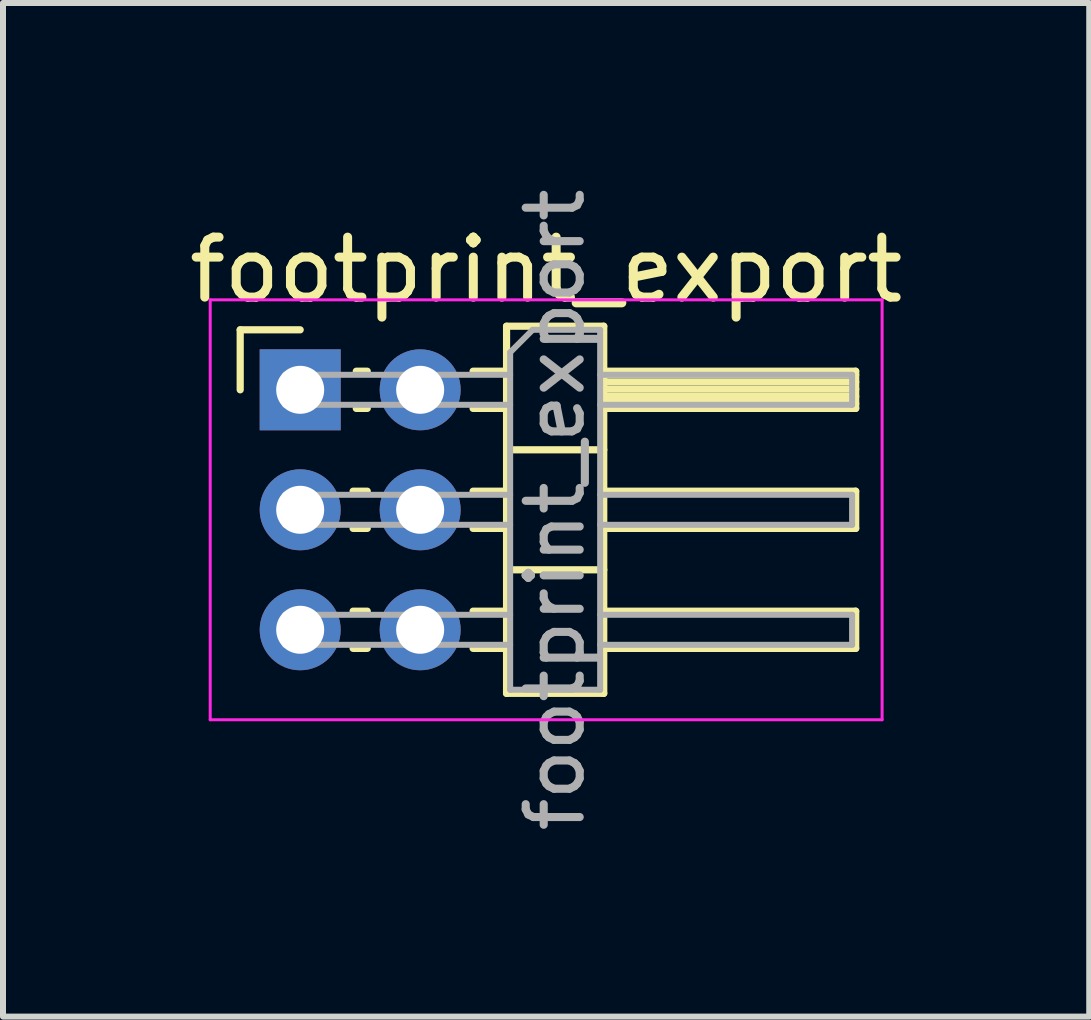
<source format=kicad_pcb>
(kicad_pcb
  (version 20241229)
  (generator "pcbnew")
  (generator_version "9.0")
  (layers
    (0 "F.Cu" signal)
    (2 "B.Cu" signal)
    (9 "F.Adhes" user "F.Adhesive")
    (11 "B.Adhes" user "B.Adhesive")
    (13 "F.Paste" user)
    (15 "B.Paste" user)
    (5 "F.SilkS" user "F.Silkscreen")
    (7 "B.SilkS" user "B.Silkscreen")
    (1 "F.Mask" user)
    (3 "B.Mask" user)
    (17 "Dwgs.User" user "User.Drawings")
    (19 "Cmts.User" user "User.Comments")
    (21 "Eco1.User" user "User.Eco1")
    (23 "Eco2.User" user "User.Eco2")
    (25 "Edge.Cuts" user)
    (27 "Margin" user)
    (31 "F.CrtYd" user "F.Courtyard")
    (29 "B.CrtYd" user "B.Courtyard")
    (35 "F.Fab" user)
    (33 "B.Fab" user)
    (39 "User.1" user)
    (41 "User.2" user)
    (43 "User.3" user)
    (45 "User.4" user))
  (footprint "footprint_export"
    (layer "F.Cu")
    (at 1.954 3.448)
    (property "Reference" "footprint_export" (at 4.1 -2 0) (layer "F.SilkS") (effects (font (size 1 1) (thickness 0.15))))
    (attr through_hole)
    (fp_line (start -1 -1) (end 0 -1) (stroke (width 0.12) (type solid)) (layer "F.SilkS"))
    (fp_line (start -1 0) (end -1 -1) (stroke (width 0.12) (type solid)) (layer "F.SilkS"))
    (fp_line (start 0.882 1.69) (end 1.118 1.69) (stroke (width 0.12) (type solid)) (layer "F.SilkS"))
    (fp_line (start 0.882 2.31) (end 1.118 2.31) (stroke (width 0.12) (type solid)) (layer "F.SilkS"))
    (fp_line (start 0.882 3.69) (end 1.118 3.69) (stroke (width 0.12) (type solid)) (layer "F.SilkS"))
    (fp_line (start 0.882 4.31) (end 1.118 4.31) (stroke (width 0.12) (type solid)) (layer "F.SilkS"))
    (fp_line (start 0.935 -0.31) (end 1.118 -0.31) (stroke (width 0.12) (type solid)) (layer "F.SilkS"))
    (fp_line (start 0.935 0.31) (end 1.118 0.31) (stroke (width 0.12) (type solid)) (layer "F.SilkS"))
    (fp_line (start 2.882 -0.31) (end 3.44 -0.31) (stroke (width 0.12) (type solid)) (layer "F.SilkS"))
    (fp_line (start 2.882 0.31) (end 3.44 0.31) (stroke (width 0.12) (type solid)) (layer "F.SilkS"))
    (fp_line (start 2.882 1.69) (end 3.44 1.69) (stroke (width 0.12) (type solid)) (layer "F.SilkS"))
    (fp_line (start 2.882 2.31) (end 3.44 2.31) (stroke (width 0.12) (type solid)) (layer "F.SilkS"))
    (fp_line (start 2.882 3.69) (end 3.44 3.69) (stroke (width 0.12) (type solid)) (layer "F.SilkS"))
    (fp_line (start 2.882 4.31) (end 3.44 4.31) (stroke (width 0.12) (type solid)) (layer "F.SilkS"))
    (fp_line (start 3.44 -1.06) (end 3.44 5.06) (stroke (width 0.12) (type solid)) (layer "F.SilkS"))
    (fp_line (start 3.44 1) (end 5.06 1) (stroke (width 0.12) (type solid)) (layer "F.SilkS"))
    (fp_line (start 3.44 3) (end 5.06 3) (stroke (width 0.12) (type solid)) (layer "F.SilkS"))
    (fp_line (start 3.44 5.06) (end 5.06 5.06) (stroke (width 0.12) (type solid)) (layer "F.SilkS"))
    (fp_line (start 5.06 -1.06) (end 3.44 -1.06) (stroke (width 0.12) (type solid)) (layer "F.SilkS"))
    (fp_line (start 5.06 -0.31) (end 9.26 -0.31) (stroke (width 0.12) (type solid)) (layer "F.SilkS"))
    (fp_line (start 5.06 -0.25) (end 9.26 -0.25) (stroke (width 0.12) (type solid)) (layer "F.SilkS"))
    (fp_line (start 5.06 -0.13) (end 9.26 -0.13) (stroke (width 0.12) (type solid)) (layer "F.SilkS"))
    (fp_line (start 5.06 -0.01) (end 9.26 -0.01) (stroke (width 0.12) (type solid)) (layer "F.SilkS"))
    (fp_line (start 5.06 0.11) (end 9.26 0.11) (stroke (width 0.12) (type solid)) (layer "F.SilkS"))
    (fp_line (start 5.06 0.23) (end 9.26 0.23) (stroke (width 0.12) (type solid)) (layer "F.SilkS"))
    (fp_line (start 5.06 1.69) (end 9.26 1.69) (stroke (width 0.12) (type solid)) (layer "F.SilkS"))
    (fp_line (start 5.06 3.69) (end 9.26 3.69) (stroke (width 0.12) (type solid)) (layer "F.SilkS"))
    (fp_line (start 5.06 5.06) (end 5.06 -1.06) (stroke (width 0.12) (type solid)) (layer "F.SilkS"))
    (fp_line (start 9.26 -0.31) (end 9.26 0.31) (stroke (width 0.12) (type solid)) (layer "F.SilkS"))
    (fp_line (start 9.26 0.31) (end 5.06 0.31) (stroke (width 0.12) (type solid)) (layer "F.SilkS"))
    (fp_line (start 9.26 1.69) (end 9.26 2.31) (stroke (width 0.12) (type solid)) (layer "F.SilkS"))
    (fp_line (start 9.26 2.31) (end 5.06 2.31) (stroke (width 0.12) (type solid)) (layer "F.SilkS"))
    (fp_line (start 9.26 3.69) (end 9.26 4.31) (stroke (width 0.12) (type solid)) (layer "F.SilkS"))
    (fp_line (start 9.26 4.31) (end 5.06 4.31) (stroke (width 0.12) (type solid)) (layer "F.SilkS"))
    (fp_line (start -1.5 -1.5) (end -1.5 5.5) (stroke (width 0.05) (type solid)) (layer "F.CrtYd"))
    (fp_line (start -1.5 5.5) (end 9.7 5.5) (stroke (width 0.05) (type solid)) (layer "F.CrtYd"))
    (fp_line (start 9.7 -1.5) (end -1.5 -1.5) (stroke (width 0.05) (type solid)) (layer "F.CrtYd"))
    (fp_line (start 9.7 5.5) (end 9.7 -1.5) (stroke (width 0.05) (type solid)) (layer "F.CrtYd"))
    (fp_line (start -0.25 -0.25) (end -0.25 0.25) (stroke (width 0.1) (type solid)) (layer "F.Fab"))
    (fp_line (start -0.25 -0.25) (end 3.5 -0.25) (stroke (width 0.1) (type solid)) (layer "F.Fab"))
    (fp_line (start -0.25 0.25) (end 3.5 0.25) (stroke (width 0.1) (type solid)) (layer "F.Fab"))
    (fp_line (start -0.25 1.75) (end -0.25 2.25) (stroke (width 0.1) (type solid)) (layer "F.Fab"))
    (fp_line (start -0.25 1.75) (end 3.5 1.75) (stroke (width 0.1) (type solid)) (layer "F.Fab"))
    (fp_line (start -0.25 2.25) (end 3.5 2.25) (stroke (width 0.1) (type solid)) (layer "F.Fab"))
    (fp_line (start -0.25 3.75) (end -0.25 4.25) (stroke (width 0.1) (type solid)) (layer "F.Fab"))
    (fp_line (start -0.25 3.75) (end 3.5 3.75) (stroke (width 0.1) (type solid)) (layer "F.Fab"))
    (fp_line (start -0.25 4.25) (end 3.5 4.25) (stroke (width 0.1) (type solid)) (layer "F.Fab"))
    (fp_line (start 3.5 -0.625) (end 3.875 -1) (stroke (width 0.1) (type solid)) (layer "F.Fab"))
    (fp_line (start 3.5 5) (end 3.5 -0.625) (stroke (width 0.1) (type solid)) (layer "F.Fab"))
    (fp_line (start 3.875 -1) (end 5 -1) (stroke (width 0.1) (type solid)) (layer "F.Fab"))
    (fp_line (start 5 -1) (end 5 5) (stroke (width 0.1) (type solid)) (layer "F.Fab"))
    (fp_line (start 5 -0.25) (end 9.2 -0.25) (stroke (width 0.1) (type solid)) (layer "F.Fab"))
    (fp_line (start 5 0.25) (end 9.2 0.25) (stroke (width 0.1) (type solid)) (layer "F.Fab"))
    (fp_line (start 5 1.75) (end 9.2 1.75) (stroke (width 0.1) (type solid)) (layer "F.Fab"))
    (fp_line (start 5 2.25) (end 9.2 2.25) (stroke (width 0.1) (type solid)) (layer "F.Fab"))
    (fp_line (start 5 3.75) (end 9.2 3.75) (stroke (width 0.1) (type solid)) (layer "F.Fab"))
    (fp_line (start 5 4.25) (end 9.2 4.25) (stroke (width 0.1) (type solid)) (layer "F.Fab"))
    (fp_line (start 5 5) (end 3.5 5) (stroke (width 0.1) (type solid)) (layer "F.Fab"))
    (fp_line (start 9.2 -0.25) (end 9.2 0.25) (stroke (width 0.1) (type solid)) (layer "F.Fab"))
    (fp_line (start 9.2 1.75) (end 9.2 2.25) (stroke (width 0.1) (type solid)) (layer "F.Fab"))
    (fp_line (start 9.2 3.75) (end 9.2 4.25) (stroke (width 0.1) (type solid)) (layer "F.Fab"))
    (fp_text user "${REFERENCE}" (at 4.25 2 90) (layer "F.Fab") (effects (font (size 0.9 0.9) (thickness 0.135))))
    (pad "1" thru_hole rect (at 0 0) (size 1.35 1.35) (drill 0.8) (layers "*.Cu" "*.Mask"))
    (pad "2" thru_hole oval (at 2 0) (size 1.35 1.35) (drill 0.8) (layers "*.Cu" "*.Mask"))
    (pad "3" thru_hole oval (at 0 2) (size 1.35 1.35) (drill 0.8) (layers "*.Cu" "*.Mask"))
    (pad "4" thru_hole oval (at 2 2) (size 1.35 1.35) (drill 0.8) (layers "*.Cu" "*.Mask"))
    (pad "5" thru_hole oval (at 0 4) (size 1.35 1.35) (drill 0.8) (layers "*.Cu" "*.Mask"))
    (pad "6" thru_hole oval (at 2 4) (size 1.35 1.35) (drill 0.8) (layers "*.Cu" "*.Mask")))
  (gr_rect
    (start -3 -3)
    (end 15.107 13.896)
    (stroke (width 0.1) (type default))
    (fill no)
    (layer "Edge.Cuts")))
</source>
